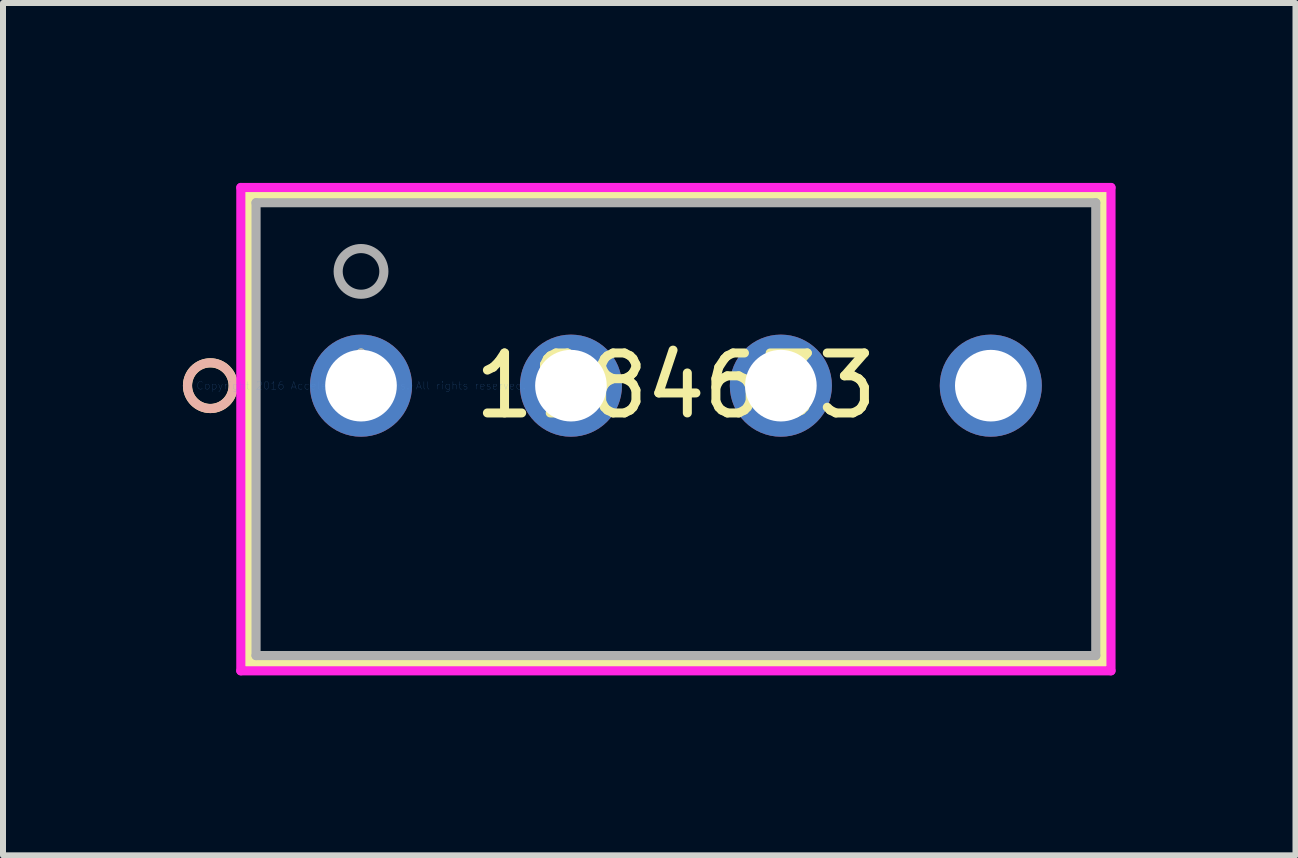
<source format=kicad_pcb>
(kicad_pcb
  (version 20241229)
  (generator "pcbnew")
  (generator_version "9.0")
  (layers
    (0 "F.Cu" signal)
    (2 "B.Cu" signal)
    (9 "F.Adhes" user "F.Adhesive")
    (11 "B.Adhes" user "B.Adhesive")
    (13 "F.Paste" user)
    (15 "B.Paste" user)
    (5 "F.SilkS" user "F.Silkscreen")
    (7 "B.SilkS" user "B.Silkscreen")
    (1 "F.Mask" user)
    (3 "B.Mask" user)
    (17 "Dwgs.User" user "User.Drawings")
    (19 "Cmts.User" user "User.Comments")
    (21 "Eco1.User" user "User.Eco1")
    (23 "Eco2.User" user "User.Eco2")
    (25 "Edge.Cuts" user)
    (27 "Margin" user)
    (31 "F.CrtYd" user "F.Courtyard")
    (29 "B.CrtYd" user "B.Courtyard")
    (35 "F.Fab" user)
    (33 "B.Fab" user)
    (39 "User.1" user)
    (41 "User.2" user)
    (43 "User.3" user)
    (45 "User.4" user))
  (footprint "1984633"
    (layer "F.Cu")
    (at 2.969 3.38)
    (property "Reference" "1984633" (at 5.25 0 0) (layer "F.SilkS") (effects (font (size 1 1) (thickness 0.15))))
    (attr through_hole)
    (fp_line (start -1.877 -3.177) (end -1.877 4.627) (stroke (width 0.152) (type solid)) (layer "F.SilkS"))
    (fp_line (start -1.877 4.627) (end 12.377 4.627) (stroke (width 0.152) (type solid)) (layer "F.SilkS"))
    (fp_line (start 12.377 -3.177) (end -1.877 -3.177) (stroke (width 0.152) (type solid)) (layer "F.SilkS"))
    (fp_line (start 12.377 4.627) (end 12.377 -3.177) (stroke (width 0.152) (type solid)) (layer "F.SilkS"))
    (fp_circle (center -2.512 0) (end -2.131 0) (stroke (width 0.152) (type solid)) (fill no) (layer "F.SilkS"))
    (fp_circle (center -2.512 0) (end -2.131 0) (stroke (width 0.152) (type solid)) (fill no) (layer "B.SilkS"))
    (fp_line (start -2.004 -3.304) (end -2.004 4.754) (stroke (width 0.152) (type solid)) (layer "F.CrtYd"))
    (fp_line (start -2.004 4.754) (end 12.504 4.754) (stroke (width 0.152) (type solid)) (layer "F.CrtYd"))
    (fp_line (start 12.504 -3.304) (end -2.004 -3.304) (stroke (width 0.152) (type solid)) (layer "F.CrtYd"))
    (fp_line (start 12.504 4.754) (end 12.504 -3.304) (stroke (width 0.152) (type solid)) (layer "F.CrtYd"))
    (fp_line (start -1.75 -3.05) (end -1.75 4.5) (stroke (width 0.152) (type solid)) (layer "F.Fab"))
    (fp_line (start -1.75 4.5) (end 12.25 4.5) (stroke (width 0.152) (type solid)) (layer "F.Fab"))
    (fp_line (start 12.25 -3.05) (end -1.75 -3.05) (stroke (width 0.152) (type solid)) (layer "F.Fab"))
    (fp_line (start 12.25 4.5) (end 12.25 -3.05) (stroke (width 0.152) (type solid)) (layer "F.Fab"))
    (fp_circle (center 0 -1.905) (end 0.381 -1.905) (stroke (width 0.152) (type solid)) (fill no) (layer "F.Fab"))
    (fp_text user "*" (at 0 0 0) (layer "F.SilkS") (effects (font (size 1 1) (thickness 0.15))))
    (fp_text user "Copyright 2016 Accelerated Designs. All rights reserved." (at 0 0 0) (layer "Cmts.User") (effects (font (size 0.127 0.127) (thickness 0.002))))
    (fp_text user "*" (at 0 0 0) (layer "F.Fab") (effects (font (size 1 1) (thickness 0.15))))
    (pad "1" thru_hole circle (at 0 0) (size 1.702 1.702) (drill 1.194) (layers "*.Cu" "*.Mask"))
    (pad "2" thru_hole circle (at 3.5 0) (size 1.702 1.702) (drill 1.194) (layers "*.Cu" "*.Mask"))
    (pad "3" thru_hole circle (at 7 0) (size 1.702 1.702) (drill 1.194) (layers "*.Cu" "*.Mask"))
    (pad "4" thru_hole circle (at 10.5 0) (size 1.702 1.702) (drill 1.194) (layers "*.Cu" "*.Mask")))
  (gr_rect
    (start -3 -3)
    (end 18.549 11.21)
    (stroke (width 0.1) (type default))
    (fill no)
    (layer "Edge.Cuts")))
</source>
